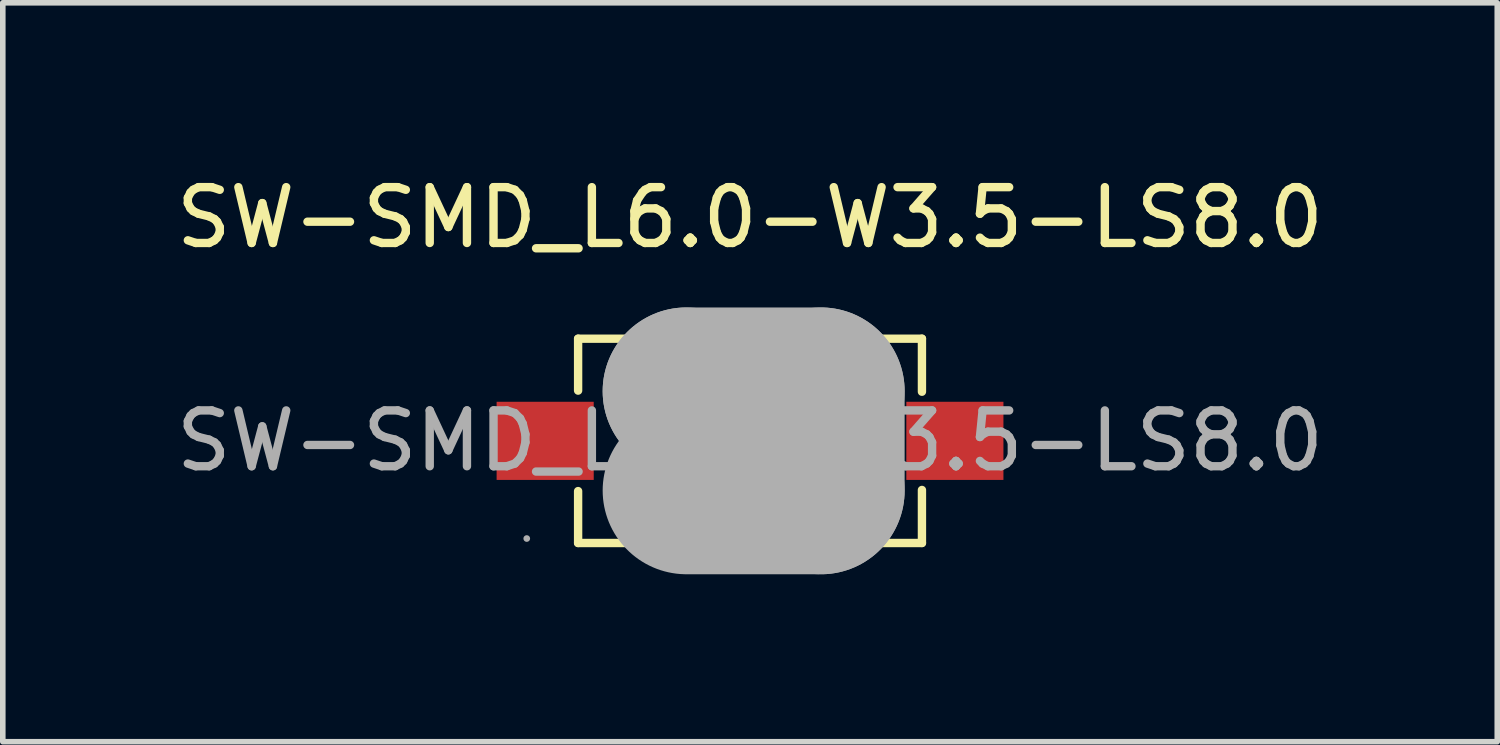
<source format=kicad_pcb>
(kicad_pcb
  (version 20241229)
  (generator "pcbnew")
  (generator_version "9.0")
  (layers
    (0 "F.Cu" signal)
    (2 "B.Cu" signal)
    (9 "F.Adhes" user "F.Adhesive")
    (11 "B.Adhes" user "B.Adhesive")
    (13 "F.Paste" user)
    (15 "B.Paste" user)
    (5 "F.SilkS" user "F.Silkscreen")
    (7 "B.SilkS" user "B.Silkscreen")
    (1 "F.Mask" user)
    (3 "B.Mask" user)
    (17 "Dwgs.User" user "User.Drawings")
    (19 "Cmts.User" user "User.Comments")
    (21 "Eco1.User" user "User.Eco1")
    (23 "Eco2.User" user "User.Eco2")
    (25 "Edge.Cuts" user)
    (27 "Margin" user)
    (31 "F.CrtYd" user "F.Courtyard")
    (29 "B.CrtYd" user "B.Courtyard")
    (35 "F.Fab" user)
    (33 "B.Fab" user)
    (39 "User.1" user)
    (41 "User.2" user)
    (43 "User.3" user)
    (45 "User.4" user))
  (footprint "SW-SMD_L6.0-W3.5-LS8.0"
    (layer "F.Cu")
    (at 10.387 4.848)
    (property "Reference" "SW-SMD_L6.0-W3.5-LS8.0" (at 0 -4 0) (layer "F.SilkS") (effects (font (size 1 1) (thickness 0.15))))
    (attr smd)
    (fp_line (start -3.08 -1.83) (end -3.08 -0.9) (stroke (width 0.15) (type solid)) (layer "F.SilkS"))
    (fp_line (start -3.08 1.83) (end -3.08 0.9) (stroke (width 0.15) (type solid)) (layer "F.SilkS"))
    (fp_line (start 3.08 -1.83) (end -3.08 -1.83) (stroke (width 0.15) (type solid)) (layer "F.SilkS"))
    (fp_line (start 3.08 -1.83) (end 3.08 -0.88) (stroke (width 0.15) (type solid)) (layer "F.SilkS"))
    (fp_line (start 3.08 0.88) (end 3.08 1.83) (stroke (width 0.15) (type solid)) (layer "F.SilkS"))
    (fp_line (start 3.08 1.83) (end -3.08 1.83) (stroke (width 0.15) (type solid)) (layer "F.SilkS"))
    (fp_line (start -1.14 -0.89) (end -1.14 -0.89) (stroke (width 3) (type solid)) (layer "F.Fab"))
    (fp_line (start -1.14 -0.89) (end 1.27 -0.89) (stroke (width 3) (type solid)) (layer "F.Fab"))
    (fp_line (start 1.27 -0.89) (end 1.27 0.89) (stroke (width 3) (type solid)) (layer "F.Fab"))
    (fp_line (start 1.27 0.89) (end -1.14 0.89) (stroke (width 3) (type solid)) (layer "F.Fab"))
    (fp_circle (center -4 1.75) (end -3.97 1.75) (stroke (width 0.06) (type solid)) (fill no) (layer "F.Fab"))
    (fp_text user "${REFERENCE}" (at 0 0 0) (layer "F.Fab") (effects (font (size 1 1) (thickness 0.15))))
    (pad "1" smd rect (at -3.67 0) (size 1.74 1.4) (layers "F.Cu" "F.Mask" "F.Paste"))
    (pad "2" smd rect (at 3.67 0) (size 1.74 1.4) (layers "F.Cu" "F.Mask" "F.Paste")))
  (gr_rect
    (start -3 -3)
    (end 23.774 10.238)
    (stroke (width 0.1) (type default))
    (fill no)
    (layer "Edge.Cuts")))
</source>
